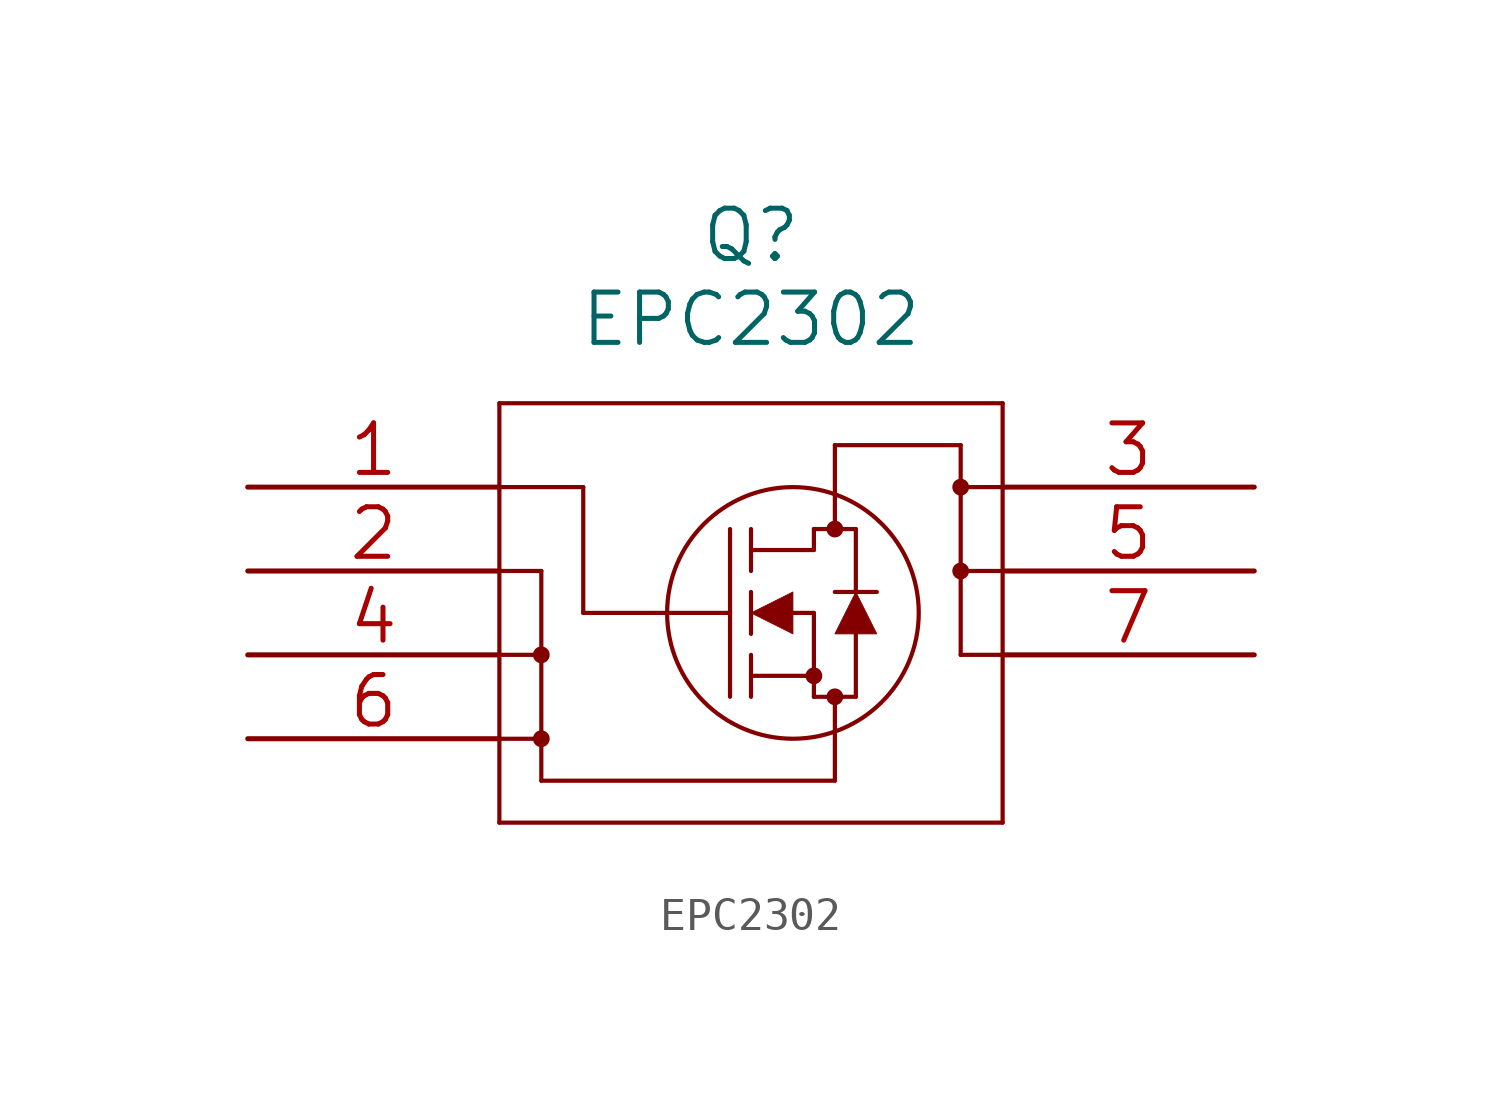
<source format=kicad_sym>
(kicad_symbol_lib
  (version 20211014)
  (generator kicad_symbol_editor)
  (symbol "EPC2302"
    (pin_names
      (offset 0.254) hide)
    (property "Reference" "Q"
      (at 15.24 7.62 0)
      (effects (font (size 1.524 1.524))))
    (property "Value" "EPC2302"
      (at 15.24 5.08 0)
      (effects (font (size 1.524 1.524))))
    (property "Datasheet" ""
      (at 0 0 0)
      (effects (font (size 1.524 1.524))))
    (property "ki_locked" ""
      (at 0 0 0)
      (effects (font (size 1.27 1.27))))
    (symbol "EPC2302_1_1"
      (polyline (pts (xy 7.62 -10.16) (xy 22.86 -10.16)) (stroke (width 0.127) (type default) (color 0 0 0 0)) (fill (type none)))
      (polyline (pts (xy 7.62 -7.62) (xy 8.89 -7.62)) (stroke (width 0.127) (type default) (color 0 0 0 0)) (fill (type none)))
      (polyline (pts (xy 7.62 -5.08) (xy 8.89 -5.08)) (stroke (width 0.127) (type default) (color 0 0 0 0)) (fill (type none)))
      (polyline (pts (xy 7.62 -2.54) (xy 8.89 -2.54)) (stroke (width 0.127) (type default) (color 0 0 0 0)) (fill (type none)))
      (polyline (pts (xy 7.62 0) (xy 10.16 0)) (stroke (width 0.127) (type default) (color 0 0 0 0)) (fill (type none)))
      (polyline (pts (xy 7.62 2.54) (xy 7.62 -10.16)) (stroke (width 0.127) (type default) (color 0 0 0 0)) (fill (type none)))
      (polyline (pts (xy 8.89 -8.89) (xy 17.78 -8.89)) (stroke (width 0.127) (type default) (color 0 0 0 0)) (fill (type none)))
      (polyline (pts (xy 8.89 -2.54) (xy 8.89 -8.89)) (stroke (width 0.127) (type default) (color 0 0 0 0)) (fill (type none)))
      (polyline (pts (xy 10.16 -3.81) (xy 14.605 -3.81)) (stroke (width 0.127) (type default) (color 0 0 0 0)) (fill (type none)))
      (polyline (pts (xy 10.16 0) (xy 10.16 -3.81)) (stroke (width 0.127) (type default) (color 0 0 0 0)) (fill (type none)))
      (polyline (pts (xy 14.605 -6.35) (xy 14.605 -1.27)) (stroke (width 0.127) (type default) (color 0 0 0 0)) (fill (type none)))
      (polyline (pts (xy 15.24 -6.35) (xy 15.24 -5.08)) (stroke (width 0.127) (type default) (color 0 0 0 0)) (fill (type none)))
      (polyline (pts (xy 15.24 -5.715) (xy 17.145 -5.715)) (stroke (width 0.127) (type default) (color 0 0 0 0)) (fill (type none)))
      (polyline (pts (xy 15.24 -4.445) (xy 15.24 -3.175)) (stroke (width 0.127) (type default) (color 0 0 0 0)) (fill (type none)))
      (polyline (pts (xy 15.24 -2.54) (xy 15.24 -1.27)) (stroke (width 0.127) (type default) (color 0 0 0 0)) (fill (type none)))
      (polyline (pts (xy 15.24 -1.905) (xy 17.145 -1.905)) (stroke (width 0.127) (type default) (color 0 0 0 0)) (fill (type none)))
      (polyline (pts (xy 16.51 -3.81) (xy 17.145 -3.81)) (stroke (width 0.127) (type default) (color 0 0 0 0)) (fill (type none)))
      (polyline (pts (xy 17.145 -6.35) (xy 17.145 -3.81)) (stroke (width 0.127) (type default) (color 0 0 0 0)) (fill (type none)))
      (polyline (pts (xy 17.145 -6.35) (xy 18.415 -6.35)) (stroke (width 0.127) (type default) (color 0 0 0 0)) (fill (type none)))
      (polyline (pts (xy 17.145 -1.905) (xy 17.145 -1.27)) (stroke (width 0.127) (type default) (color 0 0 0 0)) (fill (type none)))
      (polyline (pts (xy 17.145 -1.27) (xy 18.415 -1.27)) (stroke (width 0.127) (type default) (color 0 0 0 0)) (fill (type none)))
      (polyline (pts (xy 17.78 -8.89) (xy 17.78 -6.35)) (stroke (width 0.127) (type default) (color 0 0 0 0)) (fill (type none)))
      (polyline (pts (xy 17.78 1.27) (xy 17.78 -1.27)) (stroke (width 0.127) (type default) (color 0 0 0 0)) (fill (type none)))
      (polyline (pts (xy 17.78 1.27) (xy 21.59 1.27)) (stroke (width 0.127) (type default) (color 0 0 0 0)) (fill (type none)))
      (polyline (pts (xy 18.415 -6.35) (xy 18.415 -4.445)) (stroke (width 0.127) (type default) (color 0 0 0 0)) (fill (type none)))
      (polyline (pts (xy 18.415 -3.175) (xy 18.415 -1.27)) (stroke (width 0.127) (type default) (color 0 0 0 0)) (fill (type none)))
      (polyline (pts (xy 19.05 -3.175) (xy 17.78 -3.175)) (stroke (width 0.127) (type default) (color 0 0 0 0)) (fill (type none)))
      (polyline (pts (xy 21.59 -5.08) (xy 21.59 1.27)) (stroke (width 0.127) (type default) (color 0 0 0 0)) (fill (type none)))
      (polyline (pts (xy 21.59 -5.08) (xy 22.86 -5.08)) (stroke (width 0.127) (type default) (color 0 0 0 0)) (fill (type none)))
      (polyline (pts (xy 21.59 -2.54) (xy 22.86 -2.54)) (stroke (width 0.127) (type default) (color 0 0 0 0)) (fill (type none)))
      (polyline (pts (xy 21.59 0) (xy 22.86 0)) (stroke (width 0.127) (type default) (color 0 0 0 0)) (fill (type none)))
      (polyline (pts (xy 22.86 -10.16) (xy 22.86 2.54)) (stroke (width 0.127) (type default) (color 0 0 0 0)) (fill (type none)))
      (polyline (pts (xy 22.86 2.54) (xy 7.62 2.54)) (stroke (width 0.127) (type default) (color 0 0 0 0)) (fill (type none)))
      (polyline (pts (xy 16.51 -3.175) (xy 15.24 -3.81) (xy 16.51 -4.445) (xy 16.51 -3.175)) (stroke (width 0.025) (type default) (color 0 0 0 0)) (fill (type outline)))
      (polyline (pts (xy 19.05 -4.445) (xy 17.78 -4.445) (xy 18.415 -3.175) (xy 19.05 -4.445)) (stroke (width 0.025) (type default) (color 0 0 0 0)) (fill (type outline)))
      (arc (start 8.89 -7.747) (mid 8.89 -7.493) (end 8.89 -7.747) (stroke (width 0.254) (type default) (color 0 0 0 0)) (fill (type none)))
      (circle (center 8.89 -7.62) (radius 0.127) (stroke (width 0.254) (type default) (color 0 0 0 0)) (fill (type none)))
      (arc (start 8.89 -5.207) (mid 8.89 -4.953) (end 8.89 -5.207) (stroke (width 0.254) (type default) (color 0 0 0 0)) (fill (type none)))
      (circle (center 8.89 -5.08) (radius 0.127) (stroke (width 0.254) (type default) (color 0 0 0 0)) (fill (type none)))
      (circle (center 16.51 -3.81) (radius 3.81) (stroke (width 0.127) (type default) (color 0 0 0 0)) (fill (type none)))
      (circle (center 17.145 -5.715) (radius 0.127) (stroke (width 0.254) (type default) (color 0 0 0 0)) (fill (type none)))
      (circle (center 17.78 -6.35) (radius 0.127) (stroke (width 0.254) (type default) (color 0 0 0 0)) (fill (type none)))
      (circle (center 17.78 -1.27) (radius 0.127) (stroke (width 0.254) (type default) (color 0 0 0 0)) (fill (type none)))
      (arc (start 21.59 -2.667) (mid 21.59 -2.413) (end 21.59 -2.667) (stroke (width 0.254) (type default) (color 0 0 0 0)) (fill (type none)))
      (circle (center 21.59 -2.54) (radius 0.127) (stroke (width 0.254) (type default) (color 0 0 0 0)) (fill (type none)))
      (arc (start 21.59 -0.127) (mid 21.59 0.127) (end 21.59 -0.127) (stroke (width 0.254) (type default) (color 0 0 0 0)) (fill (type none)))
      (circle (center 21.59 0) (radius 0.127) (stroke (width 0.254) (type default) (color 0 0 0 0)) (fill (type none)))
      (pin unspecified line (at 0 0 0) (length 7.62) (name "1" (effects (font (size 1.499 1.499)))) (number "1" (effects (font (size 1.499 1.499)))))
      (pin unspecified line (at 0 -2.54 0) (length 7.62) (name "2" (effects (font (size 1.499 1.499)))) (number "2" (effects (font (size 1.499 1.499)))))
      (pin unspecified line (at 30.48 0 180) (length 7.62) (name "3" (effects (font (size 1.499 1.499)))) (number "3" (effects (font (size 1.499 1.499)))))
      (pin unspecified line (at 0 -5.08 0) (length 7.62) (name "4" (effects (font (size 1.499 1.499)))) (number "4" (effects (font (size 1.499 1.499)))))
      (pin unspecified line (at 30.48 -2.54 180) (length 7.62) (name "5" (effects (font (size 1.499 1.499)))) (number "5" (effects (font (size 1.499 1.499)))))
      (pin unspecified line (at 0 -7.62 0) (length 7.62) (name "6" (effects (font (size 1.499 1.499)))) (number "6" (effects (font (size 1.499 1.499)))))
      (pin unspecified line (at 30.48 -5.08 180) (length 7.62) (name "7" (effects (font (size 1.499 1.499)))) (number "7" (effects (font (size 1.499 1.499))))))))
</source>
